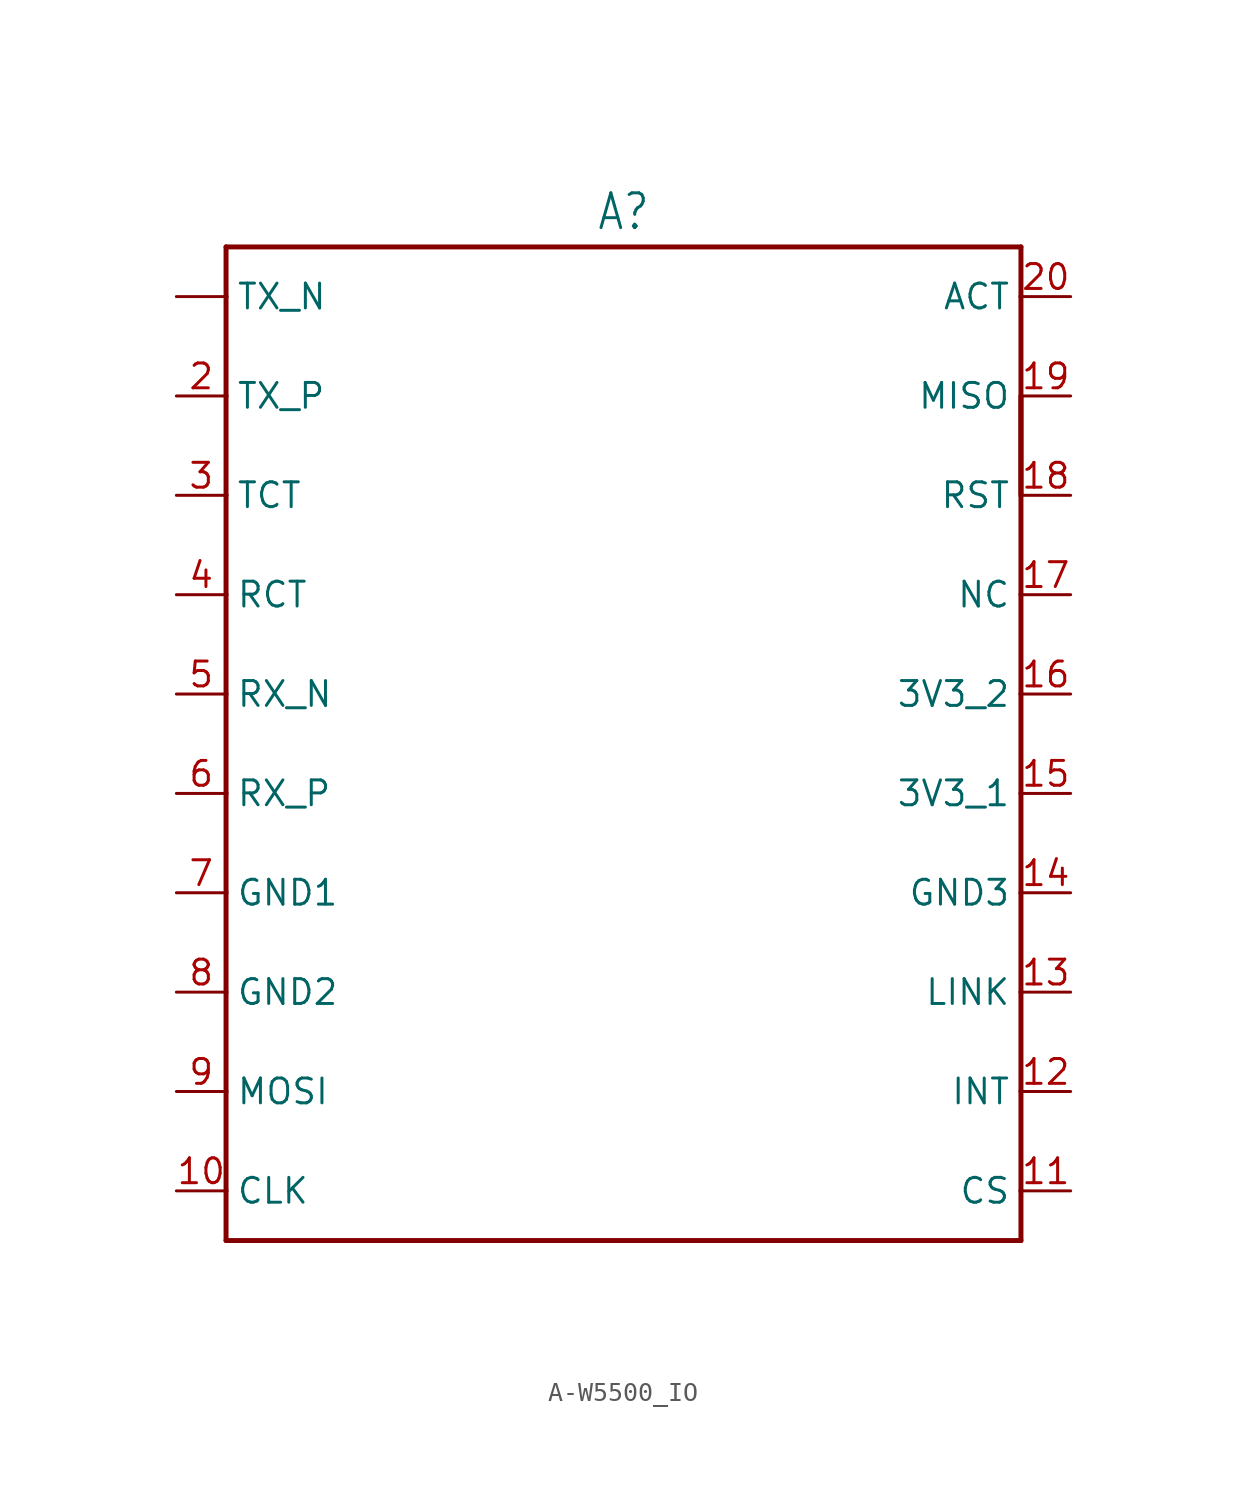
<source format=kicad_sym>
(kicad_symbol_lib
  (version 20231120)
  (generator "kicad_symbol_editor")
  (generator_version "8.0")
  (symbol "A-W5500_IO"
    (property "Reference" "A"
      (at 0 26.162 0)
      (effects (font (size 1.778 1.511)) (justify bottom)))
    (property "Value" ""
      (at 0 -26.162 0)
      (effects (font (size 1.778 1.511)) (justify top)))
    (property "ki_locked" ""
      (at 0 0 0)
      (effects (font (size 1.27 1.27))))
    (symbol "A-W5500_IO_1_0"
      (polyline (pts (xy -20.32 -22.86) (xy -20.32 -25.4)) (stroke (width 0.254) (type solid)) (fill (type none)))
      (polyline (pts (xy -20.32 -17.78) (xy -20.32 -22.86)) (stroke (width 0.254) (type solid)) (fill (type none)))
      (polyline (pts (xy -20.32 -12.7) (xy -20.32 -17.78)) (stroke (width 0.254) (type solid)) (fill (type none)))
      (polyline (pts (xy -20.32 -7.62) (xy -20.32 -12.7)) (stroke (width 0.254) (type solid)) (fill (type none)))
      (polyline (pts (xy -20.32 -2.54) (xy -20.32 -7.62)) (stroke (width 0.254) (type solid)) (fill (type none)))
      (polyline (pts (xy -20.32 2.54) (xy -20.32 -2.54)) (stroke (width 0.254) (type solid)) (fill (type none)))
      (polyline (pts (xy -20.32 7.62) (xy -20.32 2.54)) (stroke (width 0.254) (type solid)) (fill (type none)))
      (polyline (pts (xy -20.32 12.7) (xy -20.32 7.62)) (stroke (width 0.254) (type solid)) (fill (type none)))
      (polyline (pts (xy -20.32 17.78) (xy -20.32 12.7)) (stroke (width 0.254) (type solid)) (fill (type none)))
      (polyline (pts (xy -20.32 22.86) (xy -20.32 17.78)) (stroke (width 0.254) (type solid)) (fill (type none)))
      (polyline (pts (xy -20.32 25.4) (xy -20.32 22.86)) (stroke (width 0.254) (type solid)) (fill (type none)))
      (polyline (pts (xy -20.32 25.4) (xy 20.32 25.4)) (stroke (width 0.254) (type solid)) (fill (type none)))
      (polyline (pts (xy 20.32 -25.4) (xy -20.32 -25.4)) (stroke (width 0.254) (type solid)) (fill (type none)))
      (polyline (pts (xy 20.32 -22.86) (xy 20.32 -25.4)) (stroke (width 0.254) (type solid)) (fill (type none)))
      (polyline (pts (xy 20.32 -17.78) (xy 20.32 -22.86)) (stroke (width 0.254) (type solid)) (fill (type none)))
      (polyline (pts (xy 20.32 -12.7) (xy 20.32 -17.78)) (stroke (width 0.254) (type solid)) (fill (type none)))
      (polyline (pts (xy 20.32 -7.62) (xy 20.32 -12.7)) (stroke (width 0.254) (type solid)) (fill (type none)))
      (polyline (pts (xy 20.32 -2.54) (xy 20.32 -7.62)) (stroke (width 0.254) (type solid)) (fill (type none)))
      (polyline (pts (xy 20.32 2.54) (xy 20.32 -2.54)) (stroke (width 0.254) (type solid)) (fill (type none)))
      (polyline (pts (xy 20.32 7.62) (xy 20.32 2.54)) (stroke (width 0.254) (type solid)) (fill (type none)))
      (polyline (pts (xy 20.32 7.62) (xy 20.32 22.86)) (stroke (width 0.254) (type solid)) (fill (type none)))
      (polyline (pts (xy 20.32 17.78) (xy 20.32 12.7)) (stroke (width 0.254) (type solid)) (fill (type none)))
      (polyline (pts (xy 20.32 22.86) (xy 20.32 25.4)) (stroke (width 0.254) (type solid)) (fill (type none)))
      (pin passive line (at -22.86 22.86 0) (length 2.54) (name "TX_N" (effects (font (size 1.27 1.27)))) (number "1" (effects (font (size 0 0)))))
      (pin passive line (at -22.86 -22.86 0) (length 2.54) (name "CLK" (effects (font (size 1.27 1.27)))) (number "10" (effects (font (size 1.27 1.27)))))
      (pin passive line (at 22.86 -22.86 180) (length 2.54) (name "CS" (effects (font (size 1.27 1.27)))) (number "11" (effects (font (size 1.27 1.27)))))
      (pin passive line (at 22.86 -17.78 180) (length 2.54) (name "INT" (effects (font (size 1.27 1.27)))) (number "12" (effects (font (size 1.27 1.27)))))
      (pin passive line (at 22.86 -12.7 180) (length 2.54) (name "LINK" (effects (font (size 1.27 1.27)))) (number "13" (effects (font (size 1.27 1.27)))))
      (pin passive line (at 22.86 -7.62 180) (length 2.54) (name "GND3" (effects (font (size 1.27 1.27)))) (number "14" (effects (font (size 1.27 1.27)))))
      (pin passive line (at 22.86 -2.54 180) (length 2.54) (name "3V3_1" (effects (font (size 1.27 1.27)))) (number "15" (effects (font (size 1.27 1.27)))))
      (pin passive line (at 22.86 2.54 180) (length 2.54) (name "3V3_2" (effects (font (size 1.27 1.27)))) (number "16" (effects (font (size 1.27 1.27)))))
      (pin passive line (at 22.86 7.62 180) (length 2.54) (name "NC" (effects (font (size 1.27 1.27)))) (number "17" (effects (font (size 1.27 1.27)))))
      (pin passive line (at 22.86 12.7 180) (length 2.54) (name "RST" (effects (font (size 1.27 1.27)))) (number "18" (effects (font (size 1.27 1.27)))))
      (pin passive line (at 22.86 17.78 180) (length 2.54) (name "MISO" (effects (font (size 1.27 1.27)))) (number "19" (effects (font (size 1.27 1.27)))))
      (pin passive line (at -22.86 17.78 0) (length 2.54) (name "TX_P" (effects (font (size 1.27 1.27)))) (number "2" (effects (font (size 1.27 1.27)))))
      (pin passive line (at 22.86 22.86 180) (length 2.54) (name "ACT" (effects (font (size 1.27 1.27)))) (number "20" (effects (font (size 1.27 1.27)))))
      (pin passive line (at -22.86 12.7 0) (length 2.54) (name "TCT" (effects (font (size 1.27 1.27)))) (number "3" (effects (font (size 1.27 1.27)))))
      (pin passive line (at -22.86 7.62 0) (length 2.54) (name "RCT" (effects (font (size 1.27 1.27)))) (number "4" (effects (font (size 1.27 1.27)))))
      (pin passive line (at -22.86 2.54 0) (length 2.54) (name "RX_N" (effects (font (size 1.27 1.27)))) (number "5" (effects (font (size 1.27 1.27)))))
      (pin passive line (at -22.86 -2.54 0) (length 2.54) (name "RX_P" (effects (font (size 1.27 1.27)))) (number "6" (effects (font (size 1.27 1.27)))))
      (pin passive line (at -22.86 -7.62 0) (length 2.54) (name "GND1" (effects (font (size 1.27 1.27)))) (number "7" (effects (font (size 1.27 1.27)))))
      (pin passive line (at -22.86 -12.7 0) (length 2.54) (name "GND2" (effects (font (size 1.27 1.27)))) (number "8" (effects (font (size 1.27 1.27)))))
      (pin passive line (at -22.86 -17.78 0) (length 2.54) (name "MOSI" (effects (font (size 1.27 1.27)))) (number "9" (effects (font (size 1.27 1.27))))))))
</source>
